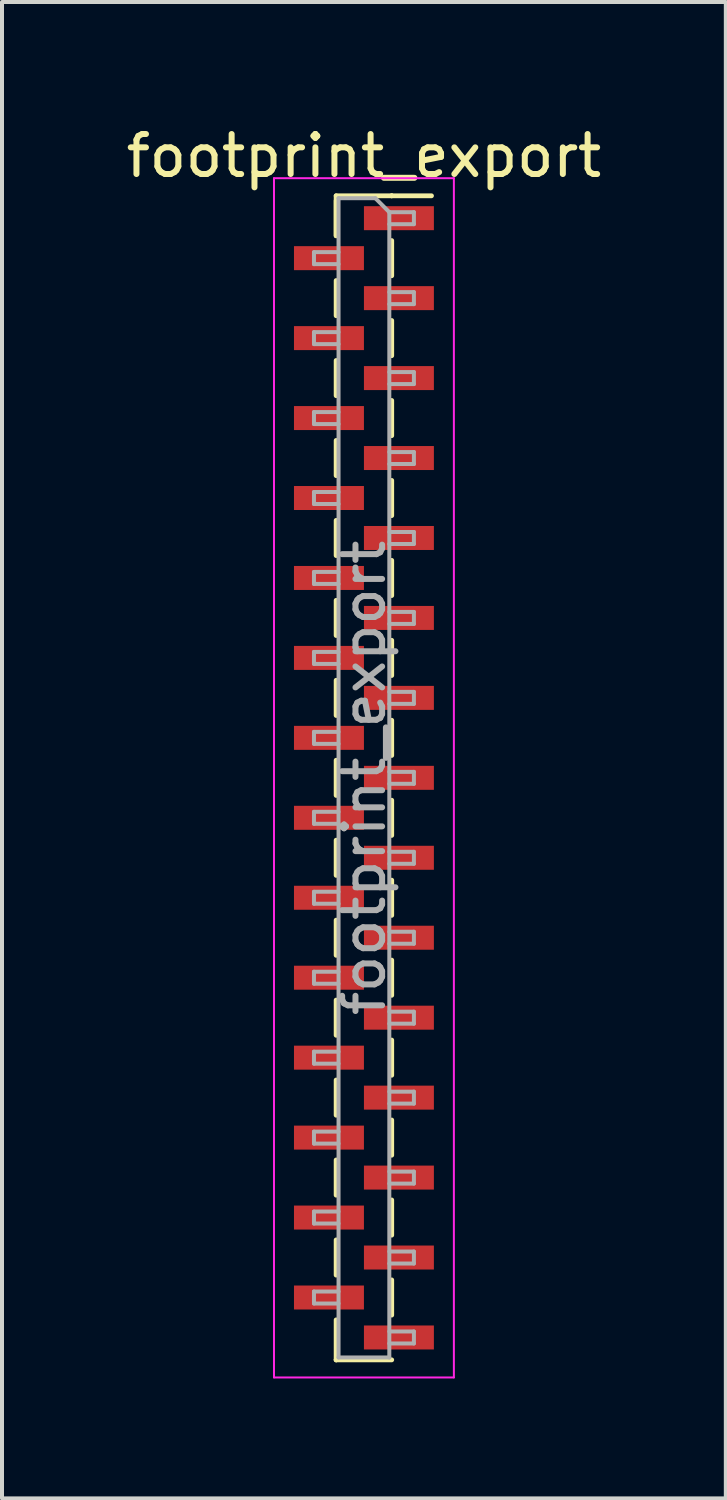
<source format=kicad_pcb>
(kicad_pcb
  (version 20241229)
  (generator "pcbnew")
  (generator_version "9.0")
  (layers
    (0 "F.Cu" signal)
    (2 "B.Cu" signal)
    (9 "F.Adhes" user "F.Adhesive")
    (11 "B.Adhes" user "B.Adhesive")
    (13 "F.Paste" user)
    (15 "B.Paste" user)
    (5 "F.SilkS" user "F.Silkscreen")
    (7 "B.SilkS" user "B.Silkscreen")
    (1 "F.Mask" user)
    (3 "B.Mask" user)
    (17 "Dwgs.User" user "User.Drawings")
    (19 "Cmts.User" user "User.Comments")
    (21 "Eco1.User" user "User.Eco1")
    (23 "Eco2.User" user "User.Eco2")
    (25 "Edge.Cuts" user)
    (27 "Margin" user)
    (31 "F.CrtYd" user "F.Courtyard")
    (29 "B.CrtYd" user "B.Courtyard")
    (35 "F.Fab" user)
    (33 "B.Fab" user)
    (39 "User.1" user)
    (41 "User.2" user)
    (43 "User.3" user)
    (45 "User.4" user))
  (footprint "footprint_export"
    (layer "F.Cu")
    (at 6.054 16.408)
    (property "Reference" "footprint_export" (at 0 -15.56 0) (layer "F.SilkS") (effects (font (size 1 1) (thickness 0.15))))
    (attr smd)
    (fp_line (start -0.695 -14.56) (end -0.695 -13.56) (stroke (width 0.12) (type solid)) (layer "F.SilkS"))
    (fp_line (start -0.695 -14.56) (end 0.695 -14.56) (stroke (width 0.12) (type solid)) (layer "F.SilkS"))
    (fp_line (start -0.695 -14.44) (end -0.695 -13.56) (stroke (width 0.12) (type solid)) (layer "F.SilkS"))
    (fp_line (start -0.695 -12.44) (end -0.695 -11.56) (stroke (width 0.12) (type solid)) (layer "F.SilkS"))
    (fp_line (start -0.695 -10.44) (end -0.695 -9.56) (stroke (width 0.12) (type solid)) (layer "F.SilkS"))
    (fp_line (start -0.695 -8.44) (end -0.695 -7.56) (stroke (width 0.12) (type solid)) (layer "F.SilkS"))
    (fp_line (start -0.695 -6.44) (end -0.695 -5.56) (stroke (width 0.12) (type solid)) (layer "F.SilkS"))
    (fp_line (start -0.695 -4.44) (end -0.695 -3.56) (stroke (width 0.12) (type solid)) (layer "F.SilkS"))
    (fp_line (start -0.695 -2.44) (end -0.695 -1.56) (stroke (width 0.12) (type solid)) (layer "F.SilkS"))
    (fp_line (start -0.695 -0.44) (end -0.695 0.44) (stroke (width 0.12) (type solid)) (layer "F.SilkS"))
    (fp_line (start -0.695 1.56) (end -0.695 2.44) (stroke (width 0.12) (type solid)) (layer "F.SilkS"))
    (fp_line (start -0.695 3.56) (end -0.695 4.44) (stroke (width 0.12) (type solid)) (layer "F.SilkS"))
    (fp_line (start -0.695 5.56) (end -0.695 6.44) (stroke (width 0.12) (type solid)) (layer "F.SilkS"))
    (fp_line (start -0.695 7.56) (end -0.695 8.44) (stroke (width 0.12) (type solid)) (layer "F.SilkS"))
    (fp_line (start -0.695 9.56) (end -0.695 10.44) (stroke (width 0.12) (type solid)) (layer "F.SilkS"))
    (fp_line (start -0.695 11.56) (end -0.695 12.44) (stroke (width 0.12) (type solid)) (layer "F.SilkS"))
    (fp_line (start -0.695 13.56) (end -0.695 14.56) (stroke (width 0.12) (type solid)) (layer "F.SilkS"))
    (fp_line (start -0.695 14.56) (end -0.695 14.56) (stroke (width 0.12) (type solid)) (layer "F.SilkS"))
    (fp_line (start -0.695 14.56) (end 0.695 14.56) (stroke (width 0.12) (type solid)) (layer "F.SilkS"))
    (fp_line (start 0.695 -14.56) (end 0.695 -14.56) (stroke (width 0.12) (type solid)) (layer "F.SilkS"))
    (fp_line (start 0.695 -14.56) (end 1.69 -14.56) (stroke (width 0.12) (type solid)) (layer "F.SilkS"))
    (fp_line (start 0.695 -13.44) (end 0.695 -12.56) (stroke (width 0.12) (type solid)) (layer "F.SilkS"))
    (fp_line (start 0.695 -11.44) (end 0.695 -10.56) (stroke (width 0.12) (type solid)) (layer "F.SilkS"))
    (fp_line (start 0.695 -9.44) (end 0.695 -8.56) (stroke (width 0.12) (type solid)) (layer "F.SilkS"))
    (fp_line (start 0.695 -7.44) (end 0.695 -6.56) (stroke (width 0.12) (type solid)) (layer "F.SilkS"))
    (fp_line (start 0.695 -5.44) (end 0.695 -4.56) (stroke (width 0.12) (type solid)) (layer "F.SilkS"))
    (fp_line (start 0.695 -3.44) (end 0.695 -2.56) (stroke (width 0.12) (type solid)) (layer "F.SilkS"))
    (fp_line (start 0.695 -1.44) (end 0.695 -0.56) (stroke (width 0.12) (type solid)) (layer "F.SilkS"))
    (fp_line (start 0.695 0.56) (end 0.695 1.44) (stroke (width 0.12) (type solid)) (layer "F.SilkS"))
    (fp_line (start 0.695 2.56) (end 0.695 3.44) (stroke (width 0.12) (type solid)) (layer "F.SilkS"))
    (fp_line (start 0.695 4.56) (end 0.695 5.44) (stroke (width 0.12) (type solid)) (layer "F.SilkS"))
    (fp_line (start 0.695 6.56) (end 0.695 7.44) (stroke (width 0.12) (type solid)) (layer "F.SilkS"))
    (fp_line (start 0.695 8.56) (end 0.695 9.44) (stroke (width 0.12) (type solid)) (layer "F.SilkS"))
    (fp_line (start 0.695 10.56) (end 0.695 11.44) (stroke (width 0.12) (type solid)) (layer "F.SilkS"))
    (fp_line (start 0.695 12.56) (end 0.695 13.44) (stroke (width 0.12) (type solid)) (layer "F.SilkS"))
    (fp_line (start -2.25 -15) (end -2.25 15) (stroke (width 0.05) (type solid)) (layer "F.CrtYd"))
    (fp_line (start -2.25 15) (end 2.25 15) (stroke (width 0.05) (type solid)) (layer "F.CrtYd"))
    (fp_line (start 2.25 -15) (end -2.25 -15) (stroke (width 0.05) (type solid)) (layer "F.CrtYd"))
    (fp_line (start 2.25 15) (end 2.25 -15) (stroke (width 0.05) (type solid)) (layer "F.CrtYd"))
    (fp_line (start -1.25 -13.15) (end -1.25 -12.85) (stroke (width 0.1) (type solid)) (layer "F.Fab"))
    (fp_line (start -1.25 -12.85) (end -0.635 -12.85) (stroke (width 0.1) (type solid)) (layer "F.Fab"))
    (fp_line (start -1.25 -11.15) (end -1.25 -10.85) (stroke (width 0.1) (type solid)) (layer "F.Fab"))
    (fp_line (start -1.25 -10.85) (end -0.635 -10.85) (stroke (width 0.1) (type solid)) (layer "F.Fab"))
    (fp_line (start -1.25 -9.15) (end -1.25 -8.85) (stroke (width 0.1) (type solid)) (layer "F.Fab"))
    (fp_line (start -1.25 -8.85) (end -0.635 -8.85) (stroke (width 0.1) (type solid)) (layer "F.Fab"))
    (fp_line (start -1.25 -7.15) (end -1.25 -6.85) (stroke (width 0.1) (type solid)) (layer "F.Fab"))
    (fp_line (start -1.25 -6.85) (end -0.635 -6.85) (stroke (width 0.1) (type solid)) (layer "F.Fab"))
    (fp_line (start -1.25 -5.15) (end -1.25 -4.85) (stroke (width 0.1) (type solid)) (layer "F.Fab"))
    (fp_line (start -1.25 -4.85) (end -0.635 -4.85) (stroke (width 0.1) (type solid)) (layer "F.Fab"))
    (fp_line (start -1.25 -3.15) (end -1.25 -2.85) (stroke (width 0.1) (type solid)) (layer "F.Fab"))
    (fp_line (start -1.25 -2.85) (end -0.635 -2.85) (stroke (width 0.1) (type solid)) (layer "F.Fab"))
    (fp_line (start -1.25 -1.15) (end -1.25 -0.85) (stroke (width 0.1) (type solid)) (layer "F.Fab"))
    (fp_line (start -1.25 -0.85) (end -0.635 -0.85) (stroke (width 0.1) (type solid)) (layer "F.Fab"))
    (fp_line (start -1.25 0.85) (end -1.25 1.15) (stroke (width 0.1) (type solid)) (layer "F.Fab"))
    (fp_line (start -1.25 1.15) (end -0.635 1.15) (stroke (width 0.1) (type solid)) (layer "F.Fab"))
    (fp_line (start -1.25 2.85) (end -1.25 3.15) (stroke (width 0.1) (type solid)) (layer "F.Fab"))
    (fp_line (start -1.25 3.15) (end -0.635 3.15) (stroke (width 0.1) (type solid)) (layer "F.Fab"))
    (fp_line (start -1.25 4.85) (end -1.25 5.15) (stroke (width 0.1) (type solid)) (layer "F.Fab"))
    (fp_line (start -1.25 5.15) (end -0.635 5.15) (stroke (width 0.1) (type solid)) (layer "F.Fab"))
    (fp_line (start -1.25 6.85) (end -1.25 7.15) (stroke (width 0.1) (type solid)) (layer "F.Fab"))
    (fp_line (start -1.25 7.15) (end -0.635 7.15) (stroke (width 0.1) (type solid)) (layer "F.Fab"))
    (fp_line (start -1.25 8.85) (end -1.25 9.15) (stroke (width 0.1) (type solid)) (layer "F.Fab"))
    (fp_line (start -1.25 9.15) (end -0.635 9.15) (stroke (width 0.1) (type solid)) (layer "F.Fab"))
    (fp_line (start -1.25 10.85) (end -1.25 11.15) (stroke (width 0.1) (type solid)) (layer "F.Fab"))
    (fp_line (start -1.25 11.15) (end -0.635 11.15) (stroke (width 0.1) (type solid)) (layer "F.Fab"))
    (fp_line (start -1.25 12.85) (end -1.25 13.15) (stroke (width 0.1) (type solid)) (layer "F.Fab"))
    (fp_line (start -1.25 13.15) (end -0.635 13.15) (stroke (width 0.1) (type solid)) (layer "F.Fab"))
    (fp_line (start -0.635 -14.5) (end -0.635 14.5) (stroke (width 0.1) (type solid)) (layer "F.Fab"))
    (fp_line (start -0.635 -14.5) (end 0.285 -14.5) (stroke (width 0.1) (type solid)) (layer "F.Fab"))
    (fp_line (start -0.635 -13.15) (end -1.25 -13.15) (stroke (width 0.1) (type solid)) (layer "F.Fab"))
    (fp_line (start -0.635 -11.15) (end -1.25 -11.15) (stroke (width 0.1) (type solid)) (layer "F.Fab"))
    (fp_line (start -0.635 -9.15) (end -1.25 -9.15) (stroke (width 0.1) (type solid)) (layer "F.Fab"))
    (fp_line (start -0.635 -7.15) (end -1.25 -7.15) (stroke (width 0.1) (type solid)) (layer "F.Fab"))
    (fp_line (start -0.635 -5.15) (end -1.25 -5.15) (stroke (width 0.1) (type solid)) (layer "F.Fab"))
    (fp_line (start -0.635 -3.15) (end -1.25 -3.15) (stroke (width 0.1) (type solid)) (layer "F.Fab"))
    (fp_line (start -0.635 -1.15) (end -1.25 -1.15) (stroke (width 0.1) (type solid)) (layer "F.Fab"))
    (fp_line (start -0.635 0.85) (end -1.25 0.85) (stroke (width 0.1) (type solid)) (layer "F.Fab"))
    (fp_line (start -0.635 2.85) (end -1.25 2.85) (stroke (width 0.1) (type solid)) (layer "F.Fab"))
    (fp_line (start -0.635 4.85) (end -1.25 4.85) (stroke (width 0.1) (type solid)) (layer "F.Fab"))
    (fp_line (start -0.635 6.85) (end -1.25 6.85) (stroke (width 0.1) (type solid)) (layer "F.Fab"))
    (fp_line (start -0.635 8.85) (end -1.25 8.85) (stroke (width 0.1) (type solid)) (layer "F.Fab"))
    (fp_line (start -0.635 10.85) (end -1.25 10.85) (stroke (width 0.1) (type solid)) (layer "F.Fab"))
    (fp_line (start -0.635 12.85) (end -1.25 12.85) (stroke (width 0.1) (type solid)) (layer "F.Fab"))
    (fp_line (start 0.635 -14.15) (end 0.285 -14.5) (stroke (width 0.1) (type solid)) (layer "F.Fab"))
    (fp_line (start 0.635 -14.15) (end 1.25 -14.15) (stroke (width 0.1) (type solid)) (layer "F.Fab"))
    (fp_line (start 0.635 -12.15) (end 1.25 -12.15) (stroke (width 0.1) (type solid)) (layer "F.Fab"))
    (fp_line (start 0.635 -10.15) (end 1.25 -10.15) (stroke (width 0.1) (type solid)) (layer "F.Fab"))
    (fp_line (start 0.635 -8.15) (end 1.25 -8.15) (stroke (width 0.1) (type solid)) (layer "F.Fab"))
    (fp_line (start 0.635 -6.15) (end 1.25 -6.15) (stroke (width 0.1) (type solid)) (layer "F.Fab"))
    (fp_line (start 0.635 -4.15) (end 1.25 -4.15) (stroke (width 0.1) (type solid)) (layer "F.Fab"))
    (fp_line (start 0.635 -2.15) (end 1.25 -2.15) (stroke (width 0.1) (type solid)) (layer "F.Fab"))
    (fp_line (start 0.635 -0.15) (end 1.25 -0.15) (stroke (width 0.1) (type solid)) (layer "F.Fab"))
    (fp_line (start 0.635 1.85) (end 1.25 1.85) (stroke (width 0.1) (type solid)) (layer "F.Fab"))
    (fp_line (start 0.635 3.85) (end 1.25 3.85) (stroke (width 0.1) (type solid)) (layer "F.Fab"))
    (fp_line (start 0.635 5.85) (end 1.25 5.85) (stroke (width 0.1) (type solid)) (layer "F.Fab"))
    (fp_line (start 0.635 7.85) (end 1.25 7.85) (stroke (width 0.1) (type solid)) (layer "F.Fab"))
    (fp_line (start 0.635 9.85) (end 1.25 9.85) (stroke (width 0.1) (type solid)) (layer "F.Fab"))
    (fp_line (start 0.635 11.85) (end 1.25 11.85) (stroke (width 0.1) (type solid)) (layer "F.Fab"))
    (fp_line (start 0.635 13.85) (end 1.25 13.85) (stroke (width 0.1) (type solid)) (layer "F.Fab"))
    (fp_line (start 0.635 14.5) (end -0.635 14.5) (stroke (width 0.1) (type solid)) (layer "F.Fab"))
    (fp_line (start 0.635 14.5) (end 0.635 -14.15) (stroke (width 0.1) (type solid)) (layer "F.Fab"))
    (fp_line (start 1.25 -14.15) (end 1.25 -13.85) (stroke (width 0.1) (type solid)) (layer "F.Fab"))
    (fp_line (start 1.25 -13.85) (end 0.635 -13.85) (stroke (width 0.1) (type solid)) (layer "F.Fab"))
    (fp_line (start 1.25 -12.15) (end 1.25 -11.85) (stroke (width 0.1) (type solid)) (layer "F.Fab"))
    (fp_line (start 1.25 -11.85) (end 0.635 -11.85) (stroke (width 0.1) (type solid)) (layer "F.Fab"))
    (fp_line (start 1.25 -10.15) (end 1.25 -9.85) (stroke (width 0.1) (type solid)) (layer "F.Fab"))
    (fp_line (start 1.25 -9.85) (end 0.635 -9.85) (stroke (width 0.1) (type solid)) (layer "F.Fab"))
    (fp_line (start 1.25 -8.15) (end 1.25 -7.85) (stroke (width 0.1) (type solid)) (layer "F.Fab"))
    (fp_line (start 1.25 -7.85) (end 0.635 -7.85) (stroke (width 0.1) (type solid)) (layer "F.Fab"))
    (fp_line (start 1.25 -6.15) (end 1.25 -5.85) (stroke (width 0.1) (type solid)) (layer "F.Fab"))
    (fp_line (start 1.25 -5.85) (end 0.635 -5.85) (stroke (width 0.1) (type solid)) (layer "F.Fab"))
    (fp_line (start 1.25 -4.15) (end 1.25 -3.85) (stroke (width 0.1) (type solid)) (layer "F.Fab"))
    (fp_line (start 1.25 -3.85) (end 0.635 -3.85) (stroke (width 0.1) (type solid)) (layer "F.Fab"))
    (fp_line (start 1.25 -2.15) (end 1.25 -1.85) (stroke (width 0.1) (type solid)) (layer "F.Fab"))
    (fp_line (start 1.25 -1.85) (end 0.635 -1.85) (stroke (width 0.1) (type solid)) (layer "F.Fab"))
    (fp_line (start 1.25 -0.15) (end 1.25 0.15) (stroke (width 0.1) (type solid)) (layer "F.Fab"))
    (fp_line (start 1.25 0.15) (end 0.635 0.15) (stroke (width 0.1) (type solid)) (layer "F.Fab"))
    (fp_line (start 1.25 1.85) (end 1.25 2.15) (stroke (width 0.1) (type solid)) (layer "F.Fab"))
    (fp_line (start 1.25 2.15) (end 0.635 2.15) (stroke (width 0.1) (type solid)) (layer "F.Fab"))
    (fp_line (start 1.25 3.85) (end 1.25 4.15) (stroke (width 0.1) (type solid)) (layer "F.Fab"))
    (fp_line (start 1.25 4.15) (end 0.635 4.15) (stroke (width 0.1) (type solid)) (layer "F.Fab"))
    (fp_line (start 1.25 5.85) (end 1.25 6.15) (stroke (width 0.1) (type solid)) (layer "F.Fab"))
    (fp_line (start 1.25 6.15) (end 0.635 6.15) (stroke (width 0.1) (type solid)) (layer "F.Fab"))
    (fp_line (start 1.25 7.85) (end 1.25 8.15) (stroke (width 0.1) (type solid)) (layer "F.Fab"))
    (fp_line (start 1.25 8.15) (end 0.635 8.15) (stroke (width 0.1) (type solid)) (layer "F.Fab"))
    (fp_line (start 1.25 9.85) (end 1.25 10.15) (stroke (width 0.1) (type solid)) (layer "F.Fab"))
    (fp_line (start 1.25 10.15) (end 0.635 10.15) (stroke (width 0.1) (type solid)) (layer "F.Fab"))
    (fp_line (start 1.25 11.85) (end 1.25 12.15) (stroke (width 0.1) (type solid)) (layer "F.Fab"))
    (fp_line (start 1.25 12.15) (end 0.635 12.15) (stroke (width 0.1) (type solid)) (layer "F.Fab"))
    (fp_line (start 1.25 13.85) (end 1.25 14.15) (stroke (width 0.1) (type solid)) (layer "F.Fab"))
    (fp_line (start 1.25 14.15) (end 0.635 14.15) (stroke (width 0.1) (type solid)) (layer "F.Fab"))
    (fp_text user "${REFERENCE}" (at 0 0 90) (layer "F.Fab") (effects (font (size 1 1) (thickness 0.15))))
    (pad "1" smd rect (at 0.875 -14) (size 1.75 0.6) (layers "F.Cu" "F.Mask" "F.Paste"))
    (pad "2" smd rect (at -0.875 -13) (size 1.75 0.6) (layers "F.Cu" "F.Mask" "F.Paste"))
    (pad "3" smd rect (at 0.875 -12) (size 1.75 0.6) (layers "F.Cu" "F.Mask" "F.Paste"))
    (pad "4" smd rect (at -0.875 -11) (size 1.75 0.6) (layers "F.Cu" "F.Mask" "F.Paste"))
    (pad "5" smd rect (at 0.875 -10) (size 1.75 0.6) (layers "F.Cu" "F.Mask" "F.Paste"))
    (pad "6" smd rect (at -0.875 -9) (size 1.75 0.6) (layers "F.Cu" "F.Mask" "F.Paste"))
    (pad "7" smd rect (at 0.875 -8) (size 1.75 0.6) (layers "F.Cu" "F.Mask" "F.Paste"))
    (pad "8" smd rect (at -0.875 -7) (size 1.75 0.6) (layers "F.Cu" "F.Mask" "F.Paste"))
    (pad "9" smd rect (at 0.875 -6) (size 1.75 0.6) (layers "F.Cu" "F.Mask" "F.Paste"))
    (pad "10" smd rect (at -0.875 -5) (size 1.75 0.6) (layers "F.Cu" "F.Mask" "F.Paste"))
    (pad "11" smd rect (at 0.875 -4) (size 1.75 0.6) (layers "F.Cu" "F.Mask" "F.Paste"))
    (pad "12" smd rect (at -0.875 -3) (size 1.75 0.6) (layers "F.Cu" "F.Mask" "F.Paste"))
    (pad "13" smd rect (at 0.875 -2) (size 1.75 0.6) (layers "F.Cu" "F.Mask" "F.Paste"))
    (pad "14" smd rect (at -0.875 -1) (size 1.75 0.6) (layers "F.Cu" "F.Mask" "F.Paste"))
    (pad "15" smd rect (at 0.875 0) (size 1.75 0.6) (layers "F.Cu" "F.Mask" "F.Paste"))
    (pad "16" smd rect (at -0.875 1) (size 1.75 0.6) (layers "F.Cu" "F.Mask" "F.Paste"))
    (pad "17" smd rect (at 0.875 2) (size 1.75 0.6) (layers "F.Cu" "F.Mask" "F.Paste"))
    (pad "18" smd rect (at -0.875 3) (size 1.75 0.6) (layers "F.Cu" "F.Mask" "F.Paste"))
    (pad "19" smd rect (at 0.875 4) (size 1.75 0.6) (layers "F.Cu" "F.Mask" "F.Paste"))
    (pad "20" smd rect (at -0.875 5) (size 1.75 0.6) (layers "F.Cu" "F.Mask" "F.Paste"))
    (pad "21" smd rect (at 0.875 6) (size 1.75 0.6) (layers "F.Cu" "F.Mask" "F.Paste"))
    (pad "22" smd rect (at -0.875 7) (size 1.75 0.6) (layers "F.Cu" "F.Mask" "F.Paste"))
    (pad "23" smd rect (at 0.875 8) (size 1.75 0.6) (layers "F.Cu" "F.Mask" "F.Paste"))
    (pad "24" smd rect (at -0.875 9) (size 1.75 0.6) (layers "F.Cu" "F.Mask" "F.Paste"))
    (pad "25" smd rect (at 0.875 10) (size 1.75 0.6) (layers "F.Cu" "F.Mask" "F.Paste"))
    (pad "26" smd rect (at -0.875 11) (size 1.75 0.6) (layers "F.Cu" "F.Mask" "F.Paste"))
    (pad "27" smd rect (at 0.875 12) (size 1.75 0.6) (layers "F.Cu" "F.Mask" "F.Paste"))
    (pad "28" smd rect (at -0.875 13) (size 1.75 0.6) (layers "F.Cu" "F.Mask" "F.Paste"))
    (pad "29" smd rect (at 0.875 14) (size 1.75 0.6) (layers "F.Cu" "F.Mask" "F.Paste")))
  (gr_rect
    (start -3 -3)
    (end 15.107 34.433)
    (stroke (width 0.1) (type default))
    (fill no)
    (layer "Edge.Cuts")))
</source>
